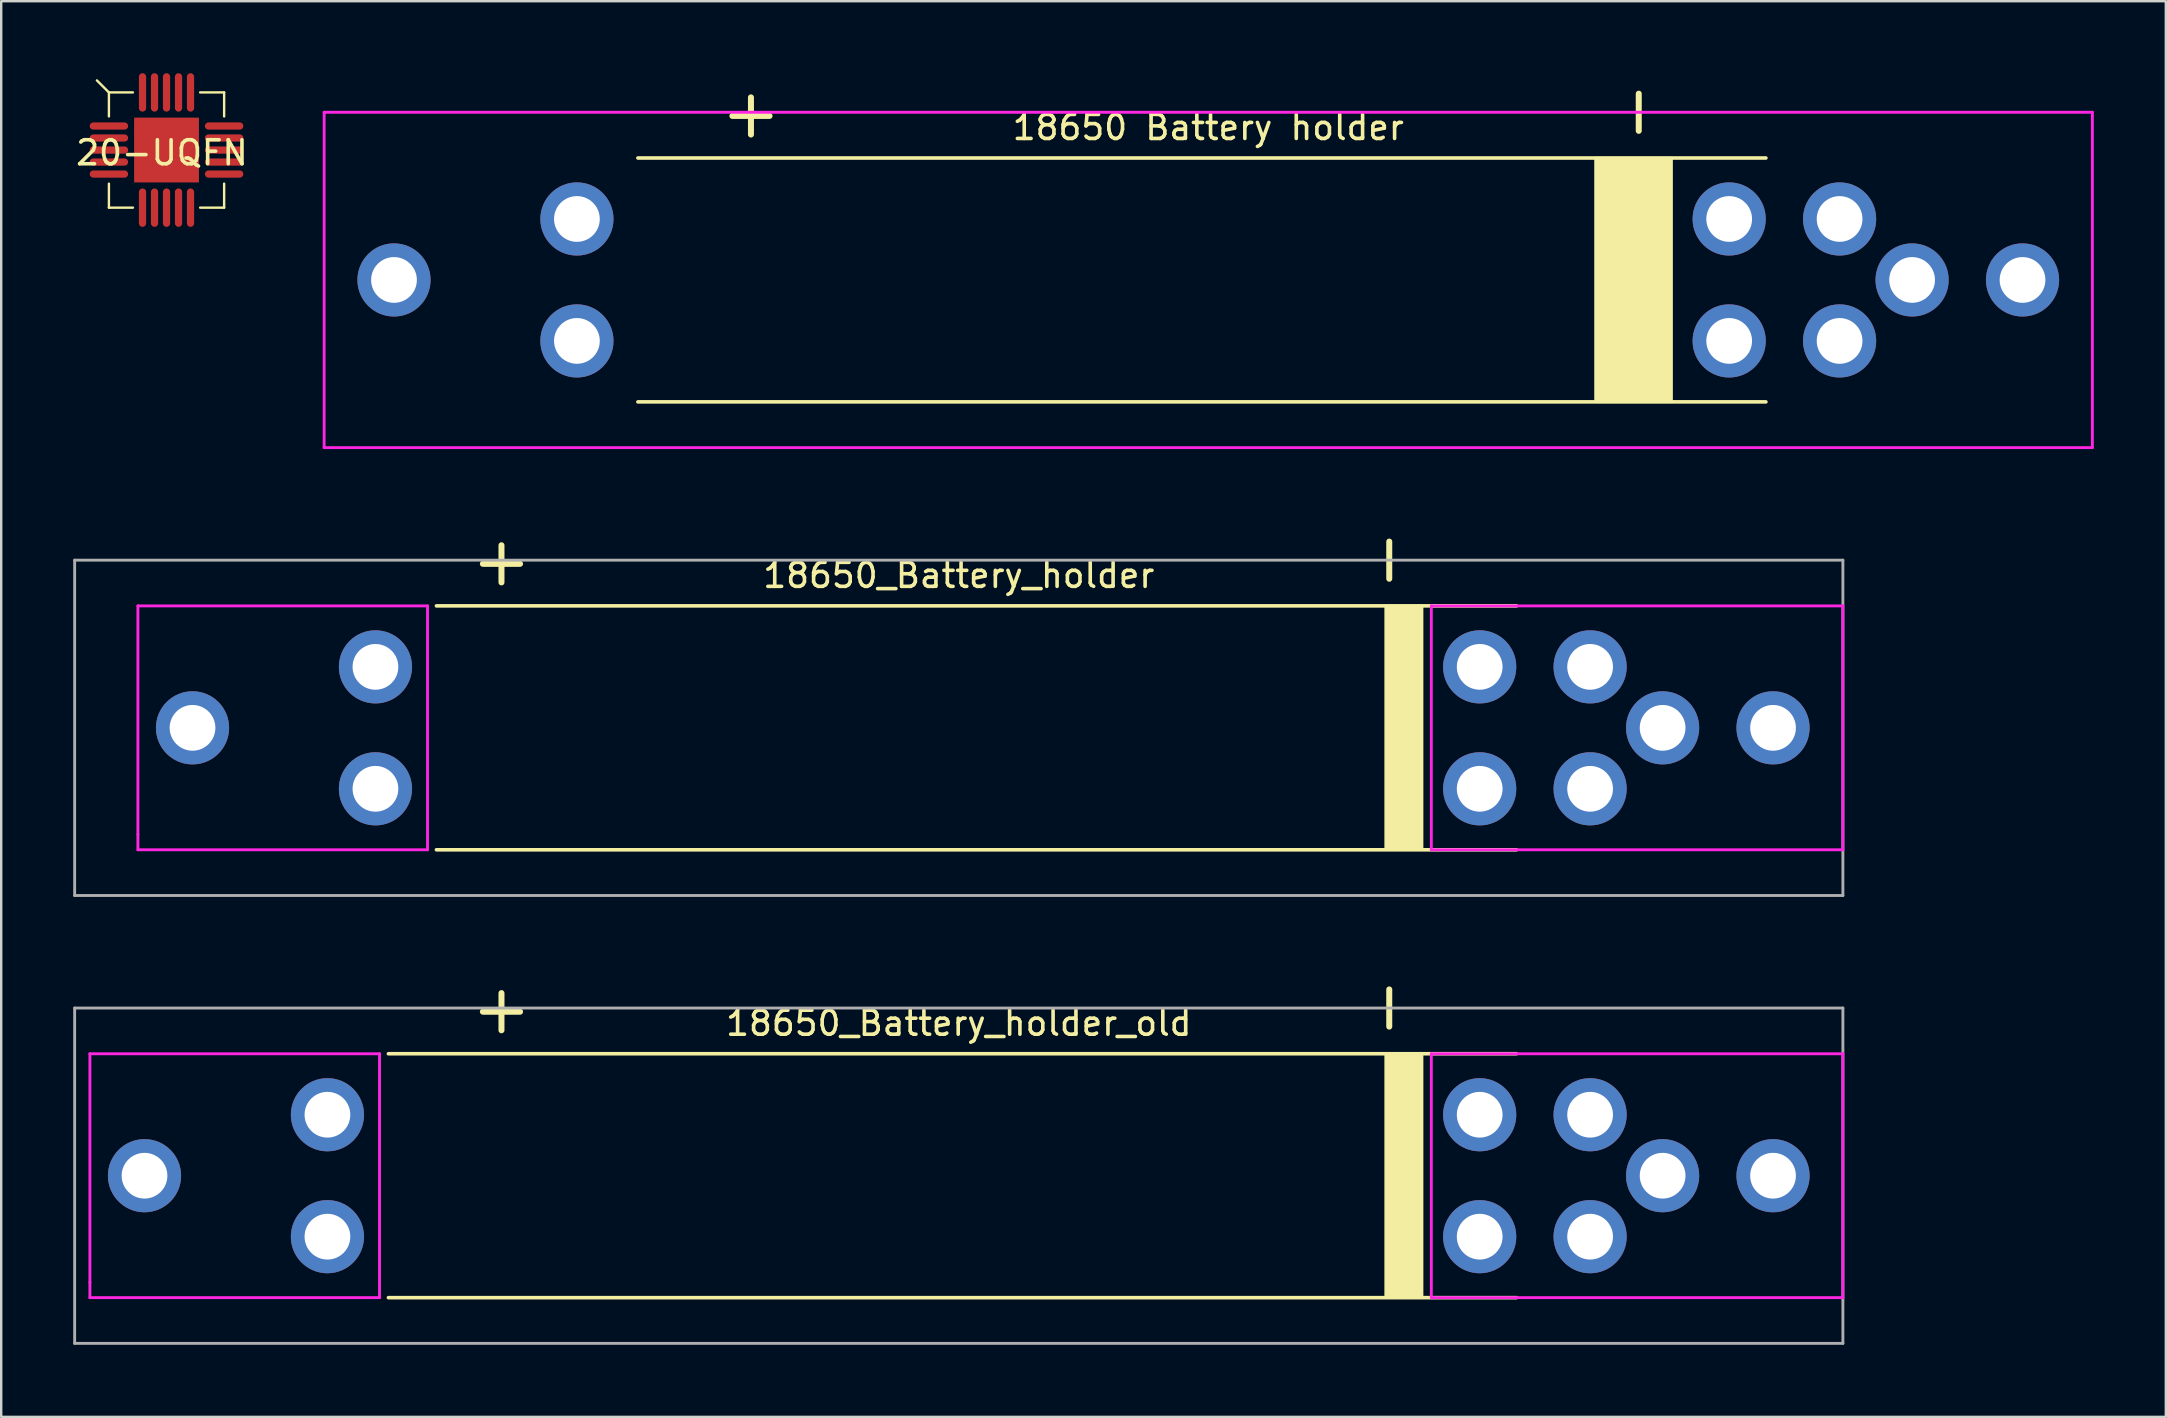
<source format=kicad_pcb>
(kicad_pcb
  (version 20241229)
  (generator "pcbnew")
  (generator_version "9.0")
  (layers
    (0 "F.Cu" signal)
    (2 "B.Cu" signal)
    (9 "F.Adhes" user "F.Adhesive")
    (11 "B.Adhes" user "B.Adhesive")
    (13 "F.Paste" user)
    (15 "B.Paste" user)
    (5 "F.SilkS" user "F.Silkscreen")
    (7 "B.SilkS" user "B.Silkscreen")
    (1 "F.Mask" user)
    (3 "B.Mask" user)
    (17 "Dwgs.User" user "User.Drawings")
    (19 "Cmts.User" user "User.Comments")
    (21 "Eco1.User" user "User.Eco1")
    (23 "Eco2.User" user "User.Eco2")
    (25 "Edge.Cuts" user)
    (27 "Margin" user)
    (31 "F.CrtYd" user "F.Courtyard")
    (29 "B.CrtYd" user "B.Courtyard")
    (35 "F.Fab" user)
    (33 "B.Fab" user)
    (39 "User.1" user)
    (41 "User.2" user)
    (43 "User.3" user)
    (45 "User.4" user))
  (footprint "18650_Battery_holder"
    (layer "F.Cu")
    (at 36.89 27.27)
    (property "Reference" "18650_Battery_holder" (at 0 -6.35 0) (layer "F.SilkS") (effects (font (size 1 1) (thickness 0.15))))
    (attr through_hole)
    (fp_line (start -21.76 -5.08) (end 23.23 -5.08) (stroke (width 0.15) (type solid)) (layer "F.SilkS"))
    (fp_line (start 23.23 5.08) (end -21.76 5.08) (stroke (width 0.15) (type solid)) (layer "F.SilkS"))
    (fp_poly (pts (xy 19.304 -5.08) (xy 19.304 5.08) (xy 17.78 5.08) (xy 17.78 -5.08)) (stroke (width 0.1) (type solid)) (fill yes) (layer "F.SilkS"))
    (fp_line (start -34.195 -5.08) (end -34.195 4.445) (stroke (width 0.12) (type solid)) (layer "F.CrtYd"))
    (fp_line (start -34.195 4.445) (end -34.195 5.08) (stroke (width 0.12) (type solid)) (layer "F.CrtYd"))
    (fp_line (start -34.195 5.08) (end -22.13 5.08) (stroke (width 0.12) (type solid)) (layer "F.CrtYd"))
    (fp_line (start -22.13 -5.08) (end -34.195 -5.08) (stroke (width 0.12) (type solid)) (layer "F.CrtYd"))
    (fp_line (start -22.13 5.08) (end -22.13 -5.08) (stroke (width 0.12) (type solid)) (layer "F.CrtYd"))
    (fp_line (start 19.685 -5.08) (end 19.685 5.08) (stroke (width 0.12) (type solid)) (layer "F.CrtYd"))
    (fp_line (start 19.685 5.08) (end 36.83 5.08) (stroke (width 0.12) (type solid)) (layer "F.CrtYd"))
    (fp_line (start 36.83 -5.08) (end 19.685 -5.08) (stroke (width 0.12) (type solid)) (layer "F.CrtYd"))
    (fp_line (start 36.83 5.08) (end 36.83 -5.08) (stroke (width 0.12) (type solid)) (layer "F.CrtYd"))
    (fp_line (start -36.83 -6.985) (end 36.83 -6.985) (stroke (width 0.12) (type solid)) (layer "F.Fab"))
    (fp_line (start -36.83 6.985) (end -36.83 -6.985) (stroke (width 0.12) (type solid)) (layer "F.Fab"))
    (fp_line (start 36.83 -6.985) (end 36.83 6.985) (stroke (width 0.12) (type solid)) (layer "F.Fab"))
    (fp_line (start 36.83 6.985) (end -36.83 6.985) (stroke (width 0.12) (type solid)) (layer "F.Fab"))
    (fp_text user "+" (at -19.05 -6.985 0) (layer "F.SilkS") (effects (font (size 2.032 2.032) (thickness 0.25))))
    (fp_text user "-" (at 17.78 -6.985 90) (layer "F.SilkS") (effects (font (size 2.032 2.032) (thickness 0.25))))
    (pad "1" thru_hole circle (at -31.92 0) (size 3.048 3.048) (drill 1.905) (layers "*.Cu" "*.Mask"))
    (pad "1" thru_hole circle (at -24.3 -2.54) (size 3.048 3.048) (drill 1.905) (layers "*.Cu" "*.Mask"))
    (pad "1" thru_hole circle (at -24.3 2.54) (size 3.048 3.048) (drill 1.905) (layers "*.Cu" "*.Mask"))
    (pad "2" thru_hole circle (at 21.7 -2.54) (size 3.048 3.048) (drill 1.905) (layers "*.Cu" "*.Mask"))
    (pad "2" thru_hole circle (at 21.7 2.54) (size 3.048 3.048) (drill 1.905) (layers "*.Cu" "*.Mask"))
    (pad "2" thru_hole circle (at 26.3 -2.54) (size 3.048 3.048) (drill 1.905) (layers "*.Cu" "*.Mask"))
    (pad "2" thru_hole circle (at 26.3 2.54) (size 3.048 3.048) (drill 1.905) (layers "*.Cu" "*.Mask"))
    (pad "2" thru_hole circle (at 29.32 0) (size 3.048 3.048) (drill 1.905) (layers "*.Cu" "*.Mask"))
    (pad "2" thru_hole circle (at 33.92 0) (size 3.048 3.048) (drill 1.905) (layers "*.Cu" "*.Mask")))
  (footprint "18650 Battery holder"
    (layer "F.Cu")
    (at 47.283 8.612)
    (property "Reference" "18650 Battery holder" (at 0 -6.35 0) (layer "F.SilkS") (effects (font (size 1 1) (thickness 0.15))))
    (attr through_hole)
    (fp_line (start -23.76 -5.08) (end 23.23 -5.08) (stroke (width 0.15) (type solid)) (layer "F.SilkS"))
    (fp_line (start 23.23 5.08) (end -23.76 5.08) (stroke (width 0.15) (type solid)) (layer "F.SilkS"))
    (fp_poly (pts (xy 19.304 -5.08) (xy 19.304 5.08) (xy 16.129 5.08) (xy 16.129 -5.08)) (stroke (width 0.1) (type solid)) (fill yes) (layer "F.SilkS"))
    (fp_line (start -36.83 -6.985) (end 36.83 -6.985) (stroke (width 0.12) (type solid)) (layer "F.CrtYd"))
    (fp_line (start -36.83 6.985) (end -36.83 -6.985) (stroke (width 0.12) (type solid)) (layer "F.CrtYd"))
    (fp_line (start 36.83 -6.985) (end 36.83 6.985) (stroke (width 0.12) (type solid)) (layer "F.CrtYd"))
    (fp_line (start 36.83 6.985) (end -36.83 6.985) (stroke (width 0.12) (type solid)) (layer "F.CrtYd"))
    (fp_text user "+" (at -19.05 -6.985 0) (layer "F.SilkS") (effects (font (size 2.032 2.032) (thickness 0.25))))
    (fp_text user "-" (at 17.78 -6.985 90) (layer "F.SilkS") (effects (font (size 2.032 2.032) (thickness 0.25))))
    (pad "1" thru_hole circle (at -33.92 0) (size 3.048 3.048) (drill 1.905) (layers "*.Cu" "*.Mask"))
    (pad "1" thru_hole circle (at -26.3 -2.54) (size 3.048 3.048) (drill 1.905) (layers "*.Cu" "*.Mask"))
    (pad "1" thru_hole circle (at -26.3 2.54) (size 3.048 3.048) (drill 1.905) (layers "*.Cu" "*.Mask"))
    (pad "2" thru_hole circle (at 21.7 -2.54) (size 3.048 3.048) (drill 1.905) (layers "*.Cu" "*.Mask"))
    (pad "2" thru_hole circle (at 21.7 2.54) (size 3.048 3.048) (drill 1.905) (layers "*.Cu" "*.Mask"))
    (pad "2" thru_hole circle (at 26.3 -2.54) (size 3.048 3.048) (drill 1.905) (layers "*.Cu" "*.Mask"))
    (pad "2" thru_hole circle (at 26.3 2.54) (size 3.048 3.048) (drill 1.905) (layers "*.Cu" "*.Mask"))
    (pad "2" thru_hole circle (at 29.32 0) (size 3.048 3.048) (drill 1.905) (layers "*.Cu" "*.Mask"))
    (pad "2" thru_hole circle (at 33.92 0) (size 3.048 3.048) (drill 1.905) (layers "*.Cu" "*.Mask")))
  (footprint "18650_Battery_holder_old"
    (layer "F.Cu")
    (at 36.89 45.927)
    (property "Reference" "18650_Battery_holder_old" (at 0 -6.35 0) (layer "F.SilkS") (effects (font (size 1 1) (thickness 0.15))))
    (attr through_hole)
    (fp_line (start -23.76 -5.08) (end 23.23 -5.08) (stroke (width 0.15) (type solid)) (layer "F.SilkS"))
    (fp_line (start 23.23 5.08) (end -23.76 5.08) (stroke (width 0.15) (type solid)) (layer "F.SilkS"))
    (fp_poly (pts (xy 19.304 -5.08) (xy 19.304 5.08) (xy 17.78 5.08) (xy 17.78 -5.08)) (stroke (width 0.1) (type solid)) (fill yes) (layer "F.SilkS"))
    (fp_line (start -36.195 -5.08) (end -36.195 4.445) (stroke (width 0.12) (type solid)) (layer "F.CrtYd"))
    (fp_line (start -36.195 4.445) (end -36.195 5.08) (stroke (width 0.12) (type solid)) (layer "F.CrtYd"))
    (fp_line (start -36.195 5.08) (end -24.13 5.08) (stroke (width 0.12) (type solid)) (layer "F.CrtYd"))
    (fp_line (start -24.13 -5.08) (end -36.195 -5.08) (stroke (width 0.12) (type solid)) (layer "F.CrtYd"))
    (fp_line (start -24.13 5.08) (end -24.13 -5.08) (stroke (width 0.12) (type solid)) (layer "F.CrtYd"))
    (fp_line (start 19.685 -5.08) (end 19.685 5.08) (stroke (width 0.12) (type solid)) (layer "F.CrtYd"))
    (fp_line (start 19.685 5.08) (end 36.83 5.08) (stroke (width 0.12) (type solid)) (layer "F.CrtYd"))
    (fp_line (start 36.83 -5.08) (end 19.685 -5.08) (stroke (width 0.12) (type solid)) (layer "F.CrtYd"))
    (fp_line (start 36.83 5.08) (end 36.83 -5.08) (stroke (width 0.12) (type solid)) (layer "F.CrtYd"))
    (fp_line (start -36.83 -6.985) (end 36.83 -6.985) (stroke (width 0.12) (type solid)) (layer "F.Fab"))
    (fp_line (start -36.83 6.985) (end -36.83 -6.985) (stroke (width 0.12) (type solid)) (layer "F.Fab"))
    (fp_line (start 36.83 -6.985) (end 36.83 6.985) (stroke (width 0.12) (type solid)) (layer "F.Fab"))
    (fp_line (start 36.83 6.985) (end -36.83 6.985) (stroke (width 0.12) (type solid)) (layer "F.Fab"))
    (fp_text user "+" (at -19.05 -6.985 0) (layer "F.SilkS") (effects (font (size 2.032 2.032) (thickness 0.25))))
    (fp_text user "-" (at 17.78 -6.985 90) (layer "F.SilkS") (effects (font (size 2.032 2.032) (thickness 0.25))))
    (pad "1" thru_hole circle (at -33.92 0) (size 3.048 3.048) (drill 1.905) (layers "*.Cu" "*.Mask"))
    (pad "1" thru_hole circle (at -26.3 -2.54) (size 3.048 3.048) (drill 1.905) (layers "*.Cu" "*.Mask"))
    (pad "1" thru_hole circle (at -26.3 2.54) (size 3.048 3.048) (drill 1.905) (layers "*.Cu" "*.Mask"))
    (pad "2" thru_hole circle (at 21.7 -2.54) (size 3.048 3.048) (drill 1.905) (layers "*.Cu" "*.Mask"))
    (pad "2" thru_hole circle (at 21.7 2.54) (size 3.048 3.048) (drill 1.905) (layers "*.Cu" "*.Mask"))
    (pad "2" thru_hole circle (at 26.3 -2.54) (size 3.048 3.048) (drill 1.905) (layers "*.Cu" "*.Mask"))
    (pad "2" thru_hole circle (at 26.3 2.54) (size 3.048 3.048) (drill 1.905) (layers "*.Cu" "*.Mask"))
    (pad "2" thru_hole circle (at 29.32 0) (size 3.048 3.048) (drill 1.905) (layers "*.Cu" "*.Mask"))
    (pad "2" thru_hole circle (at 33.92 0) (size 3.048 3.048) (drill 1.905) (layers "*.Cu" "*.Mask")))
  (footprint "20-UQFN"
    (layer "F.Cu")
    (at 3.887 3.2)
    (property "Reference" "20-UQFN" (at -0.191 0.116 180) (layer "F.SilkS") (effects (font (size 1 1) (thickness 0.15))))
    (attr through_hole)
    (fp_line (start -2.4 -2.4) (end -2.9 -2.9) (stroke (width 0.1) (type solid)) (layer "F.SilkS"))
    (fp_line (start -2.4 -2.4) (end -2.4 -1.4) (stroke (width 0.1) (type solid)) (layer "F.SilkS"))
    (fp_line (start -2.4 2.4) (end -2.4 1.4) (stroke (width 0.1) (type solid)) (layer "F.SilkS"))
    (fp_line (start -1.4 -2.4) (end -2.4 -2.4) (stroke (width 0.1) (type solid)) (layer "F.SilkS"))
    (fp_line (start -1.4 2.4) (end -2.4 2.4) (stroke (width 0.1) (type solid)) (layer "F.SilkS"))
    (fp_line (start 1.4 -2.4) (end 2.4 -2.4) (stroke (width 0.1) (type solid)) (layer "F.SilkS"))
    (fp_line (start 2.4 -2.4) (end 2.4 -1.4) (stroke (width 0.1) (type solid)) (layer "F.SilkS"))
    (fp_line (start 2.4 1.4) (end 2.4 2.4) (stroke (width 0.1) (type solid)) (layer "F.SilkS"))
    (fp_line (start 2.4 2.4) (end 1.4 2.4) (stroke (width 0.1) (type solid)) (layer "F.SilkS"))
    (pad "1" smd oval (at -2.4 -1 90) (size 0.3 1.6) (layers "F.Cu" "F.Mask" "F.Paste"))
    (pad "2" smd oval (at -2.4 -0.5 90) (size 0.3 1.6) (layers "F.Cu" "F.Mask" "F.Paste"))
    (pad "3" smd oval (at -2.4 0 90) (size 0.3 1.6) (layers "F.Cu" "F.Mask" "F.Paste"))
    (pad "4" smd oval (at -2.4 0.5 90) (size 0.3 1.6) (layers "F.Cu" "F.Mask" "F.Paste"))
    (pad "5" smd oval (at -2.4 1 90) (size 0.3 1.6) (layers "F.Cu" "F.Mask" "F.Paste"))
    (pad "6" smd oval (at -1 2.4) (size 0.3 1.6) (layers "F.Cu" "F.Mask" "F.Paste"))
    (pad "7" smd oval (at -0.5 2.4) (size 0.3 1.6) (layers "F.Cu" "F.Mask" "F.Paste"))
    (pad "8" smd oval (at 0 2.4) (size 0.3 1.6) (layers "F.Cu" "F.Mask" "F.Paste"))
    (pad "9" smd oval (at 0.5 2.4) (size 0.3 1.6) (layers "F.Cu" "F.Mask" "F.Paste"))
    (pad "10" smd oval (at 1 2.4) (size 0.3 1.6) (layers "F.Cu" "F.Mask" "F.Paste"))
    (pad "11" smd oval (at 2.4 1 90) (size 0.3 1.6) (layers "F.Cu" "F.Mask" "F.Paste"))
    (pad "12" smd oval (at 2.4 0.5 90) (size 0.3 1.6) (layers "F.Cu" "F.Mask" "F.Paste"))
    (pad "13" smd oval (at 2.4 0 90) (size 0.3 1.6) (layers "F.Cu" "F.Mask" "F.Paste"))
    (pad "14" smd oval (at 2.4 -0.5 90) (size 0.3 1.6) (layers "F.Cu" "F.Mask" "F.Paste"))
    (pad "15" smd oval (at 2.4 -1 90) (size 0.3 1.6) (layers "F.Cu" "F.Mask" "F.Paste"))
    (pad "16" smd oval (at 1 -2.4) (size 0.3 1.6) (layers "F.Cu" "F.Mask" "F.Paste"))
    (pad "17" smd oval (at 0.5 -2.4) (size 0.3 1.6) (layers "F.Cu" "F.Mask" "F.Paste"))
    (pad "18" smd oval (at 0 -2.4) (size 0.3 1.6) (layers "F.Cu" "F.Mask" "F.Paste"))
    (pad "19" smd oval (at -0.5 -2.4) (size 0.3 1.6) (layers "F.Cu" "F.Mask" "F.Paste"))
    (pad "20" smd oval (at -1 -2.4) (size 0.3 1.6) (layers "F.Cu" "F.Mask" "F.Paste"))
    (pad "21" smd rect (at 0 0) (size 2.7 2.7) (layers "F.Cu" "F.Mask" "F.Paste")))
  (gr_rect
    (start -3 -3)
    (end 87.173 55.972)
    (stroke (width 0.1) (type default))
    (fill no)
    (layer "Edge.Cuts")))
</source>
